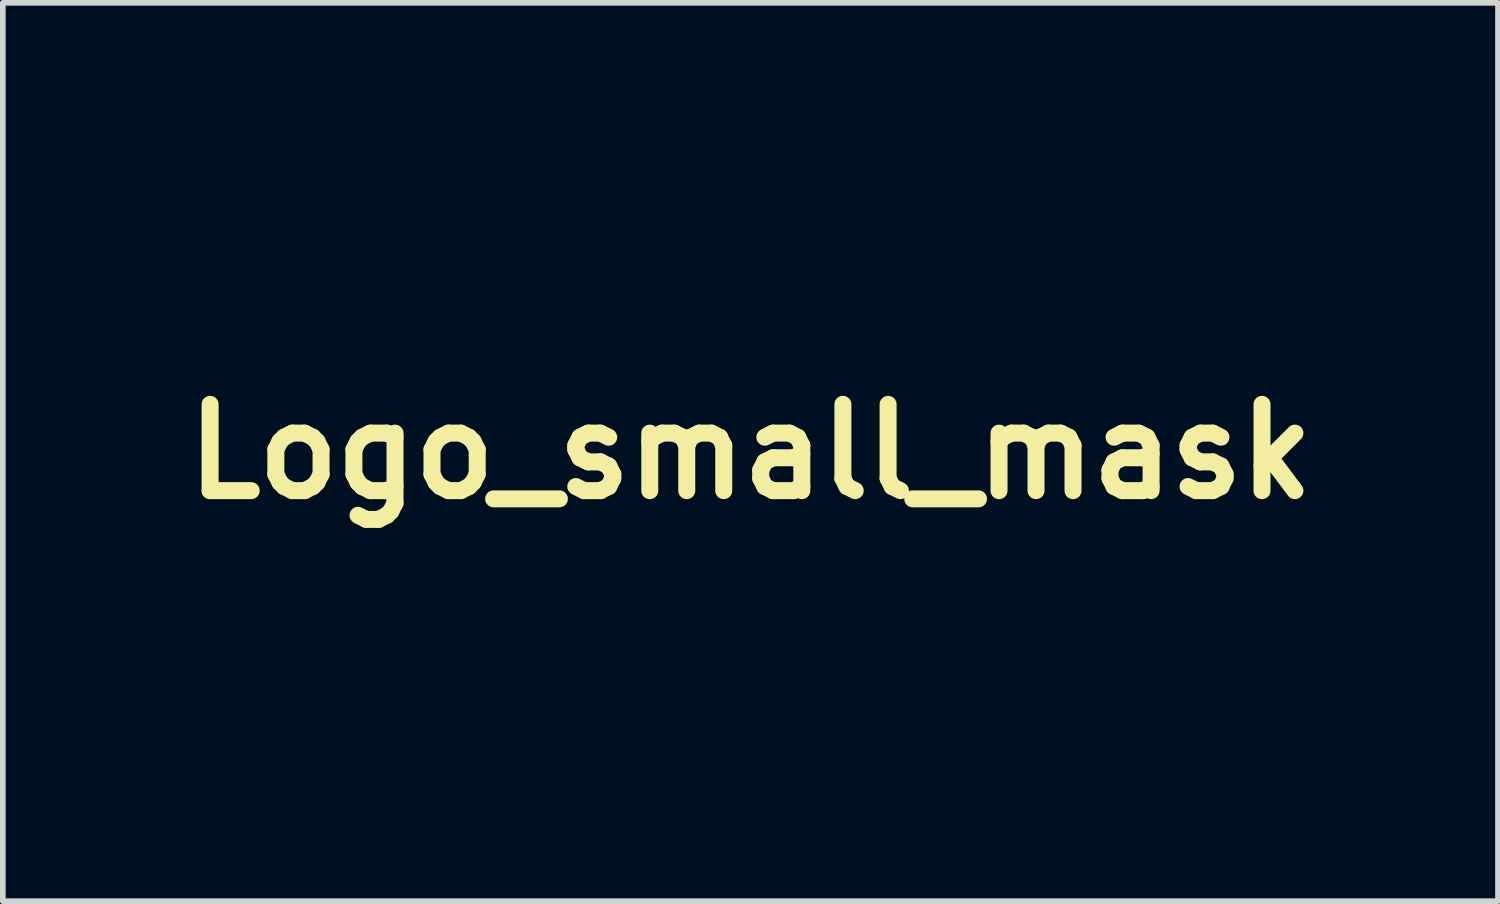
<source format=kicad_pcb>
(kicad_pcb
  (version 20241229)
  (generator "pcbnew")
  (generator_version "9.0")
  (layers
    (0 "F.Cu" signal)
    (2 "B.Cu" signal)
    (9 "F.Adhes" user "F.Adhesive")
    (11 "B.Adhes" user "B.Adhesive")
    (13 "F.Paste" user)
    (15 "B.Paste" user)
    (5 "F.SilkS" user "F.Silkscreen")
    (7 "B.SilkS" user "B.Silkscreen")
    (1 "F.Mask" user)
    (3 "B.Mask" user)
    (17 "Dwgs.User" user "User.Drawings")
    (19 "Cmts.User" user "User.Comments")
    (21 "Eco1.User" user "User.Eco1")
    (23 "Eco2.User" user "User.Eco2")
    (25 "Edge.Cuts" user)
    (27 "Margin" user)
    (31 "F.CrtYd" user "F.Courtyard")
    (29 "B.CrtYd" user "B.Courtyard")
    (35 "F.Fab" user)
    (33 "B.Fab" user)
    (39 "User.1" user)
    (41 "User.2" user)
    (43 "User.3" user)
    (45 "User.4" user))
  (footprint "Logo_small_mask"
    (layer "F.Cu")
    (at 10.204 4.926)
    (property "Reference" "Logo_small_mask" (at 0 0 0) (layer "F.SilkS") (effects (font (size 1.524 1.524) (thickness 0.3))))
    (attr through_hole)
    (fp_poly (pts (xy 2.416 -4.767) (xy 2.459 -4.743) (xy 2.484 -4.709) (xy 2.498 -4.681) (xy 2.507 -4.665) (xy 2.508 -4.664) (xy 2.52 -4.666) (xy 2.547 -4.676) (xy 2.557 -4.68) (xy 2.612 -4.696) (xy 2.657 -4.694) (xy 2.698 -4.67) (xy 2.706 -4.664) (xy 2.74 -4.618) (xy 2.754 -4.564) (xy 2.747 -4.509) (xy 2.736 -4.486) (xy 2.714 -4.447) (xy 2.761 -4.402) (xy 2.793 -4.366) (xy 2.803 -4.339) (xy 2.802 -4.335) (xy 2.794 -4.305) (xy 2.787 -4.277) (xy 2.771 -4.243) (xy 2.746 -4.216) (xy 2.707 -4.195) (xy 2.664 -4.193) (xy 2.613 -4.209) (xy 2.55 -4.246) (xy 2.546 -4.249) (xy 2.462 -4.306) (xy 2.288 -4.215) (xy 2.22 -4.179) (xy 2.153 -4.144) (xy 2.093 -4.112) (xy 2.047 -4.087) (xy 2.036 -4.081) (xy 1.992 -4.058) (xy 1.965 -4.045) (xy 1.95 -4.04) (xy 1.942 -4.043) (xy 1.938 -4.049) (xy 1.944 -4.062) (xy 1.964 -4.089) (xy 1.996 -4.128) (xy 2.037 -4.174) (xy 2.053 -4.192) (xy 2.101 -4.245) (xy 2.147 -4.297) (xy 2.187 -4.342) (xy 2.215 -4.374) (xy 2.218 -4.378) (xy 2.263 -4.431) (xy 2.229 -4.501) (xy 2.209 -4.546) (xy 2.201 -4.582) (xy 2.203 -4.617) (xy 2.204 -4.625) (xy 2.222 -4.676) (xy 2.255 -4.722) (xy 2.298 -4.757) (xy 2.343 -4.774) (xy 2.356 -4.775) (xy 2.416 -4.767)) (stroke (width 0.01) (type solid)) (fill yes) (layer "F.Mask"))
    (fp_poly (pts (xy 0.146 -4.921) (xy 0.191 -4.918) (xy 0.224 -4.913) (xy 0.251 -4.904) (xy 0.279 -4.889) (xy 0.334 -4.849) (xy 0.367 -4.804) (xy 0.375 -4.757) (xy 0.359 -4.709) (xy 0.329 -4.672) (xy 0.31 -4.654) (xy 0.299 -4.636) (xy 0.294 -4.613) (xy 0.293 -4.576) (xy 0.295 -4.532) (xy 0.298 -4.428) (xy 0.375 -4.411) (xy 0.556 -4.359) (xy 0.728 -4.286) (xy 0.889 -4.196) (xy 1.035 -4.089) (xy 1.165 -3.967) (xy 1.276 -3.832) (xy 1.367 -3.685) (xy 1.389 -3.641) (xy 1.447 -3.491) (xy 1.487 -3.332) (xy 1.506 -3.17) (xy 1.505 -3.009) (xy 1.483 -2.855) (xy 1.466 -2.789) (xy 1.416 -2.653) (xy 1.349 -2.516) (xy 1.268 -2.385) (xy 1.177 -2.267) (xy 1.103 -2.189) (xy 1.036 -2.13) (xy 0.954 -2.07) (xy 0.865 -2.011) (xy 0.775 -1.957) (xy 0.689 -1.913) (xy 0.613 -1.88) (xy 0.591 -1.873) (xy 0.54 -1.858) (xy 0.536 -1.616) (xy 0.533 -1.375) (xy 0.657 -1.341) (xy 0.866 -1.271) (xy 1.059 -1.184) (xy 1.236 -1.079) (xy 1.394 -0.957) (xy 1.534 -0.82) (xy 1.654 -0.666) (xy 1.754 -0.498) (xy 1.776 -0.454) (xy 1.801 -0.404) (xy 1.824 -0.372) (xy 1.85 -0.357) (xy 1.884 -0.358) (xy 1.932 -0.371) (xy 1.976 -0.387) (xy 2.088 -0.441) (xy 2.199 -0.517) (xy 2.304 -0.61) (xy 2.4 -0.717) (xy 2.483 -0.835) (xy 2.526 -0.911) (xy 2.558 -0.979) (xy 2.591 -1.058) (xy 2.621 -1.14) (xy 2.647 -1.215) (xy 2.662 -1.269) (xy 2.675 -1.331) (xy 2.688 -1.403) (xy 2.7 -1.477) (xy 2.71 -1.546) (xy 2.716 -1.603) (xy 2.718 -1.638) (xy 2.721 -1.672) (xy 2.73 -1.696) (xy 2.732 -1.698) (xy 2.735 -1.713) (xy 2.723 -1.738) (xy 2.694 -1.778) (xy 2.693 -1.779) (xy 2.619 -1.89) (xy 2.565 -2.012) (xy 2.551 -2.057) (xy 2.538 -2.108) (xy 2.531 -2.154) (xy 2.529 -2.202) (xy 2.532 -2.258) (xy 2.541 -2.33) (xy 2.547 -2.367) (xy 2.563 -2.462) (xy 2.579 -2.539) (xy 2.595 -2.597) (xy 2.61 -2.634) (xy 2.624 -2.648) (xy 2.627 -2.648) (xy 2.646 -2.642) (xy 2.684 -2.633) (xy 2.734 -2.621) (xy 2.767 -2.614) (xy 2.819 -2.602) (xy 2.861 -2.592) (xy 2.888 -2.585) (xy 2.894 -2.583) (xy 2.89 -2.572) (xy 2.875 -2.547) (xy 2.865 -2.531) (xy 2.826 -2.459) (xy 2.798 -2.374) (xy 2.785 -2.287) (xy 2.785 -2.23) (xy 2.804 -2.131) (xy 2.839 -2.043) (xy 2.888 -1.968) (xy 2.949 -1.911) (xy 2.988 -1.888) (xy 3.032 -1.875) (xy 3.087 -1.868) (xy 3.107 -1.867) (xy 3.19 -1.879) (xy 3.264 -1.914) (xy 3.329 -1.973) (xy 3.382 -2.053) (xy 3.399 -2.089) (xy 3.41 -2.129) (xy 3.418 -2.187) (xy 3.422 -2.255) (xy 3.423 -2.325) (xy 3.42 -2.391) (xy 3.413 -2.445) (xy 3.405 -2.474) (xy 3.395 -2.502) (xy 3.392 -2.518) (xy 3.392 -2.518) (xy 3.406 -2.519) (xy 3.44 -2.518) (xy 3.488 -2.517) (xy 3.524 -2.515) (xy 3.65 -2.508) (xy 3.666 -2.432) (xy 3.674 -2.383) (xy 3.679 -2.321) (xy 3.681 -2.255) (xy 3.681 -2.235) (xy 3.669 -2.099) (xy 3.635 -1.975) (xy 3.578 -1.86) (xy 3.497 -1.754) (xy 3.496 -1.752) (xy 3.457 -1.714) (xy 3.407 -1.675) (xy 3.355 -1.639) (xy 3.307 -1.612) (xy 3.27 -1.598) (xy 3.269 -1.598) (xy 3.248 -1.588) (xy 3.242 -1.573) (xy 3.254 -1.563) (xy 3.263 -1.562) (xy 3.282 -1.558) (xy 3.294 -1.545) (xy 3.299 -1.519) (xy 3.298 -1.476) (xy 3.292 -1.412) (xy 3.289 -1.392) (xy 3.254 -1.19) (xy 3.197 -0.985) (xy 3.123 -0.785) (xy 3.115 -0.765) (xy 3.02 -0.576) (xy 2.908 -0.401) (xy 2.779 -0.241) (xy 2.636 -0.099) (xy 2.48 0.026) (xy 2.314 0.129) (xy 2.138 0.211) (xy 2.057 0.24) (xy 1.949 0.275) (xy 1.94 0.388) (xy 1.912 0.581) (xy 1.858 0.773) (xy 1.781 0.963) (xy 1.678 1.148) (xy 1.672 1.159) (xy 1.602 1.27) (xy 1.66 1.356) (xy 1.748 1.493) (xy 1.836 1.65) (xy 1.924 1.822) (xy 2.008 2.005) (xy 2.086 2.192) (xy 2.157 2.38) (xy 2.218 2.563) (xy 2.226 2.591) (xy 2.249 2.668) (xy 2.267 2.73) (xy 2.282 2.782) (xy 2.294 2.828) (xy 2.306 2.876) (xy 2.319 2.929) (xy 2.333 2.994) (xy 2.351 3.077) (xy 2.36 3.118) (xy 2.38 3.217) (xy 2.401 3.335) (xy 2.421 3.465) (xy 2.439 3.599) (xy 2.455 3.73) (xy 2.467 3.851) (xy 2.472 3.905) (xy 2.48 4.013) (xy 2.532 4.044) (xy 2.577 4.075) (xy 2.627 4.119) (xy 2.677 4.17) (xy 2.721 4.22) (xy 2.752 4.264) (xy 2.759 4.276) (xy 2.775 4.324) (xy 2.782 4.389) (xy 2.783 4.421) (xy 2.779 4.493) (xy 2.763 4.554) (xy 2.733 4.611) (xy 2.685 4.669) (xy 2.655 4.699) (xy 2.591 4.754) (xy 2.518 4.802) (xy 2.43 4.845) (xy 2.323 4.887) (xy 2.311 4.891) (xy 2.191 4.932) (xy 1.924 4.932) (xy 1.834 4.932) (xy 1.764 4.931) (xy 1.711 4.929) (xy 1.669 4.926) (xy 1.635 4.921) (xy 1.602 4.914) (xy 1.568 4.904) (xy 1.555 4.899) (xy 1.422 4.849) (xy 1.308 4.79) (xy 1.213 4.723) (xy 1.139 4.648) (xy 1.087 4.568) (xy 1.058 4.483) (xy 1.052 4.424) (xy 1.065 4.34) (xy 1.099 4.257) (xy 1.155 4.178) (xy 1.227 4.107) (xy 1.315 4.047) (xy 1.376 4.016) (xy 1.413 4) (xy 1.406 3.806) (xy 1.404 3.742) (xy 1.401 3.684) (xy 1.396 3.628) (xy 1.389 3.571) (xy 1.381 3.506) (xy 1.368 3.429) (xy 1.353 3.335) (xy 1.338 3.251) (xy 1.293 3.034) (xy 1.236 2.819) (xy 1.167 2.611) (xy 1.089 2.413) (xy 1.002 2.231) (xy 0.909 2.069) (xy 0.883 2.029) (xy 0.844 1.97) (xy 0.816 1.928) (xy 0.794 1.902) (xy 0.774 1.89) (xy 0.752 1.888) (xy 0.723 1.895) (xy 0.683 1.909) (xy 0.665 1.915) (xy 0.608 1.933) (xy 0.535 1.952) (xy 0.456 1.971) (xy 0.379 1.987) (xy 0.376 1.988) (xy 0.313 2) (xy 0.261 2.008) (xy 0.214 2.014) (xy 0.166 2.017) (xy 0.11 2.019) (xy 0.042 2.018) (xy -0.045 2.016) (xy -0.056 2.016) (xy -0.152 2.014) (xy -0.23 2.01) (xy -0.295 2.005) (xy -0.356 1.997) (xy -0.419 1.985) (xy -0.491 1.969) (xy -0.578 1.947) (xy -0.578 1.947) (xy -0.634 1.931) (xy -0.693 1.912) (xy -0.721 1.902) (xy -0.758 1.889) (xy -0.784 1.881) (xy -0.792 1.881) (xy -0.8 1.893) (xy -0.819 1.92) (xy -0.845 1.956) (xy -0.846 1.956) (xy -0.946 2.111) (xy -1.04 2.287) (xy -1.126 2.481) (xy -1.203 2.689) (xy -1.27 2.908) (xy -1.326 3.135) (xy -1.37 3.367) (xy -1.401 3.599) (xy -1.417 3.81) (xy -1.425 3.994) (xy -1.352 4.032) (xy -1.251 4.093) (xy -1.171 4.164) (xy -1.112 4.243) (xy -1.075 4.327) (xy -1.063 4.415) (xy -1.063 4.417) (xy -1.076 4.508) (xy -1.113 4.593) (xy -1.172 4.673) (xy -1.254 4.745) (xy -1.357 4.809) (xy -1.479 4.864) (xy -1.572 4.895) (xy -1.623 4.909) (xy -1.671 4.919) (xy -1.722 4.926) (xy -1.785 4.93) (xy -1.866 4.933) (xy -1.873 4.934) (xy -1.948 4.935) (xy -2.02 4.934) (xy -2.083 4.933) (xy -2.13 4.93) (xy -2.14 4.929) (xy -2.261 4.905) (xy -2.378 4.867) (xy -2.487 4.818) (xy -2.585 4.758) (xy -2.668 4.692) (xy -2.732 4.62) (xy -2.764 4.566) (xy -2.79 4.482) (xy -2.794 4.393) (xy -2.776 4.306) (xy -2.738 4.226) (xy -2.72 4.201) (xy -2.682 4.159) (xy -2.633 4.113) (xy -2.581 4.068) (xy -2.532 4.032) (xy -2.505 4.015) (xy -2.491 4.005) (xy -2.482 3.99) (xy -2.478 3.964) (xy -2.477 3.922) (xy -2.477 3.897) (xy -2.474 3.832) (xy -2.467 3.747) (xy -2.456 3.647) (xy -2.441 3.536) (xy -2.424 3.421) (xy -2.406 3.305) (xy -2.386 3.193) (xy -2.365 3.091) (xy -2.36 3.067) (xy -2.27 2.711) (xy -2.164 2.373) (xy -2.041 2.054) (xy -1.901 1.754) (xy -1.744 1.472) (xy -1.713 1.421) (xy -1.68 1.368) (xy -1.653 1.321) (xy -1.634 1.285) (xy -1.626 1.266) (xy -1.626 1.264) (xy -1.633 1.243) (xy -1.652 1.215) (xy -1.655 1.211) (xy -1.683 1.172) (xy -1.717 1.116) (xy -1.754 1.051) (xy -1.79 0.983) (xy -1.821 0.918) (xy -1.828 0.904) (xy -1.885 0.748) (xy -1.927 0.578) (xy -1.949 0.433) (xy -1.957 0.372) (xy -1.965 0.321) (xy -1.972 0.284) (xy -1.977 0.266) (xy -1.977 0.266) (xy -1.994 0.258) (xy -2.028 0.246) (xy -2.073 0.231) (xy -2.082 0.229) (xy -2.136 0.21) (xy -2.201 0.183) (xy -2.267 0.153) (xy -2.295 0.139) (xy -2.473 0.032) (xy -2.636 -0.095) (xy -2.785 -0.241) (xy -2.918 -0.406) (xy -3.034 -0.587) (xy -3.132 -0.785) (xy -3.212 -0.996) (xy -3.226 -1.041) (xy -3.247 -1.12) (xy -3.268 -1.21) (xy -3.287 -1.304) (xy -3.303 -1.394) (xy -3.314 -1.472) (xy -3.317 -1.505) (xy -3.318 -1.538) (xy -3.311 -1.554) (xy -3.29 -1.561) (xy -3.284 -1.562) (xy -3.258 -1.571) (xy -3.242 -1.584) (xy -3.241 -1.596) (xy -3.257 -1.6) (xy -3.278 -1.606) (xy -3.314 -1.62) (xy -3.35 -1.637) (xy -3.441 -1.697) (xy -3.522 -1.777) (xy -3.592 -1.873) (xy -3.646 -1.981) (xy -3.682 -2.097) (xy -3.687 -2.121) (xy -3.694 -2.168) (xy -3.696 -2.219) (xy -3.694 -2.279) (xy -3.688 -2.354) (xy -3.681 -2.413) (xy -3.674 -2.463) (xy -3.668 -2.498) (xy -3.664 -2.512) (xy -3.649 -2.516) (xy -3.617 -2.52) (xy -3.573 -2.523) (xy -3.523 -2.525) (xy -3.476 -2.527) (xy -3.435 -2.528) (xy -3.41 -2.526) (xy -3.404 -2.524) (xy -3.407 -2.51) (xy -3.416 -2.48) (xy -3.424 -2.45) (xy -3.444 -2.353) (xy -3.445 -2.255) (xy -3.429 -2.159) (xy -3.397 -2.071) (xy -3.352 -1.994) (xy -3.294 -1.934) (xy -3.249 -1.904) (xy -3.193 -1.886) (xy -3.125 -1.879) (xy -3.056 -1.884) (xy -2.997 -1.899) (xy -2.986 -1.904) (xy -2.923 -1.95) (xy -2.871 -2.015) (xy -2.83 -2.097) (xy -2.804 -2.19) (xy -2.797 -2.232) (xy -2.798 -2.298) (xy -2.811 -2.374) (xy -2.833 -2.449) (xy -2.861 -2.511) (xy -2.864 -2.515) (xy -2.883 -2.546) (xy -2.898 -2.57) (xy -2.9 -2.574) (xy -2.894 -2.583) (xy -2.866 -2.595) (xy -2.815 -2.61) (xy -2.767 -2.622) (xy -2.711 -2.635) (xy -2.664 -2.644) (xy -2.632 -2.649) (xy -2.62 -2.65) (xy -2.614 -2.635) (xy -2.609 -2.612) (xy -2.6 -2.573) (xy -2.591 -2.546) (xy -2.584 -2.521) (xy -2.577 -2.477) (xy -2.568 -2.42) (xy -2.56 -2.355) (xy -2.559 -2.346) (xy -2.551 -2.27) (xy -2.546 -2.213) (xy -2.546 -2.169) (xy -2.55 -2.131) (xy -2.554 -2.109) (xy -2.576 -2.034) (xy -2.609 -1.953) (xy -2.648 -1.875) (xy -2.69 -1.809) (xy -2.706 -1.789) (xy -2.733 -1.755) (xy -2.747 -1.731) (xy -2.75 -1.707) (xy -2.745 -1.675) (xy -2.744 -1.668) (xy -2.737 -1.629) (xy -2.728 -1.574) (xy -2.717 -1.51) (xy -2.711 -1.467) (xy -2.669 -1.261) (xy -2.607 -1.071) (xy -2.525 -0.896) (xy -2.452 -0.777) (xy -2.406 -0.717) (xy -2.348 -0.652) (xy -2.284 -0.587) (xy -2.221 -0.529) (xy -2.164 -0.484) (xy -2.151 -0.476) (xy -2.088 -0.44) (xy -2.019 -0.407) (xy -1.951 -0.38) (xy -1.894 -0.364) (xy -1.88 -0.361) (xy -1.856 -0.358) (xy -1.84 -0.363) (xy -1.827 -0.378) (xy -1.811 -0.41) (xy -1.799 -0.436) (xy -1.742 -0.546) (xy -1.666 -0.662) (xy -1.575 -0.779) (xy -1.473 -0.892) (xy -1.365 -0.997) (xy -1.255 -1.089) (xy -1.187 -1.137) (xy -1.001 -1.248) (xy -0.804 -1.34) (xy -0.602 -1.411) (xy -0.511 -1.436) (xy -0.457 -1.449) (xy -0.46 -1.648) (xy -0.464 -1.847) (xy -0.521 -1.863) (xy -0.611 -1.896) (xy -0.711 -1.944) (xy -0.815 -2.004) (xy -0.917 -2.071) (xy -1.011 -2.143) (xy -1.077 -2.202) (xy -1.179 -2.314) (xy -0.673 -2.314) (xy -0.664 -2.259) (xy -0.636 -2.22) (xy -0.589 -2.198) (xy -0.587 -2.198) (xy -0.574 -2.201) (xy -0.543 -2.208) (xy -0.499 -2.22) (xy -0.486 -2.223) (xy -0.439 -2.236) (xy -0.402 -2.247) (xy -0.381 -2.254) (xy -0.38 -2.255) (xy -0.36 -2.261) (xy -0.32 -2.267) (xy -0.265 -2.275) (xy -0.2 -2.282) (xy -0.132 -2.288) (xy -0.064 -2.293) (xy -0.002 -2.297) (xy 0.048 -2.299) (xy 0.051 -2.299) (xy 0.122 -2.296) (xy 0.204 -2.291) (xy 0.289 -2.282) (xy 0.37 -2.271) (xy 0.442 -2.258) (xy 0.498 -2.246) (xy 0.514 -2.241) (xy 0.559 -2.23) (xy 0.611 -2.223) (xy 0.631 -2.223) (xy 0.685 -2.23) (xy 0.722 -2.252) (xy 0.743 -2.292) (xy 0.749 -2.353) (xy 0.749 -2.355) (xy 0.745 -2.398) (xy 0.731 -2.433) (xy 0.704 -2.464) (xy 0.659 -2.494) (xy 0.594 -2.527) (xy 0.583 -2.533) (xy 0.478 -2.574) (xy 0.369 -2.603) (xy 0.25 -2.621) (xy 0.115 -2.628) (xy 0.069 -2.629) (xy -0.096 -2.622) (xy -0.242 -2.6) (xy -0.371 -2.562) (xy -0.485 -2.508) (xy -0.587 -2.437) (xy -0.625 -2.402) (xy -0.657 -2.367) (xy -0.671 -2.336) (xy -0.673 -2.314) (xy -1.179 -2.314) (xy -1.194 -2.331) (xy -1.291 -2.473) (xy -1.367 -2.624) (xy -1.423 -2.782) (xy -1.457 -2.945) (xy -1.47 -3.11) (xy -1.46 -3.274) (xy -1.445 -3.35) (xy -1.013 -3.35) (xy -1.011 -3.296) (xy -1.005 -3.244) (xy -0.997 -3.2) (xy -0.987 -3.171) (xy -0.978 -3.162) (xy -0.968 -3.152) (xy -0.961 -3.134) (xy -0.944 -3.102) (xy -0.912 -3.063) (xy -0.87 -3.024) (xy -0.825 -2.991) (xy -0.807 -2.98) (xy -0.708 -2.94) (xy -0.608 -2.924) (xy -0.502 -2.933) (xy -0.493 -2.935) (xy -0.398 -2.967) (xy -0.314 -3.021) (xy -0.243 -3.094) (xy -0.194 -3.173) (xy -0.176 -3.214) (xy -0.168 -3.244) (xy 0.204 -3.244) (xy 0.21 -3.216) (xy 0.213 -3.204) (xy 0.241 -3.144) (xy 0.285 -3.082) (xy 0.339 -3.025) (xy 0.377 -2.996) (xy 0.467 -2.949) (xy 0.565 -2.926) (xy 0.672 -2.926) (xy 0.726 -2.935) (xy 0.82 -2.966) (xy 0.899 -3.018) (xy 0.965 -3.09) (xy 1.018 -3.181) (xy 1.035 -3.221) (xy 1.045 -3.255) (xy 1.05 -3.292) (xy 1.05 -3.341) (xy 1.049 -3.372) (xy 1.046 -3.437) (xy 1.038 -3.485) (xy 1.025 -3.524) (xy 1.016 -3.543) (xy 0.989 -3.587) (xy 0.955 -3.631) (xy 0.919 -3.669) (xy 0.887 -3.697) (xy 0.862 -3.708) (xy 0.86 -3.708) (xy 0.843 -3.701) (xy 0.809 -3.682) (xy 0.761 -3.652) (xy 0.704 -3.614) (xy 0.64 -3.57) (xy 0.633 -3.566) (xy 0.567 -3.519) (xy 0.504 -3.475) (xy 0.45 -3.437) (xy 0.407 -3.408) (xy 0.382 -3.391) (xy 0.382 -3.391) (xy 0.29 -3.327) (xy 0.231 -3.281) (xy 0.211 -3.262) (xy 0.204 -3.244) (xy -0.168 -3.244) (xy -0.165 -3.253) (xy -0.16 -3.297) (xy -0.159 -3.353) (xy -0.16 -3.413) (xy -0.166 -3.457) (xy -0.177 -3.498) (xy -0.195 -3.539) (xy -0.249 -3.627) (xy -0.319 -3.697) (xy -0.404 -3.747) (xy -0.503 -3.776) (xy -0.561 -3.782) (xy -0.657 -3.781) (xy -0.738 -3.763) (xy -0.811 -3.726) (xy -0.875 -3.676) (xy -0.938 -3.608) (xy -0.98 -3.539) (xy -1.004 -3.463) (xy -1.012 -3.4) (xy -1.013 -3.35) (xy -1.445 -3.35) (xy -1.428 -3.436) (xy -1.372 -3.592) (xy -1.346 -3.647) (xy -1.257 -3.796) (xy -1.148 -3.937) (xy -1.023 -4.065) (xy -0.887 -4.173) (xy -0.878 -4.18) (xy -0.743 -4.26) (xy -0.593 -4.329) (xy -0.436 -4.384) (xy -0.279 -4.421) (xy -0.21 -4.431) (xy -0.138 -4.44) (xy -0.088 -4.447) (xy -0.055 -4.454) (xy -0.036 -4.463) (xy -0.028 -4.477) (xy -0.025 -4.497) (xy -0.025 -4.526) (xy -0.025 -4.532) (xy -0.026 -4.573) (xy -0.031 -4.597) (xy -0.043 -4.61) (xy -0.067 -4.62) (xy -0.071 -4.621) (xy -0.11 -4.641) (xy -0.151 -4.669) (xy -0.16 -4.676) (xy -0.194 -4.719) (xy -0.204 -4.765) (xy -0.189 -4.811) (xy -0.151 -4.857) (xy -0.105 -4.892) (xy -0.081 -4.905) (xy -0.056 -4.914) (xy -0.023 -4.919) (xy 0.022 -4.921) (xy 0.083 -4.921) (xy 0.146 -4.921)) (stroke (width 0.01) (type solid)) (fill yes) (layer "F.Mask")))
  (gr_rect
    (start -3 -3)
    (end 23.407 12.866)
    (stroke (width 0.1) (type default))
    (fill no)
    (layer "Edge.Cuts")))
</source>
